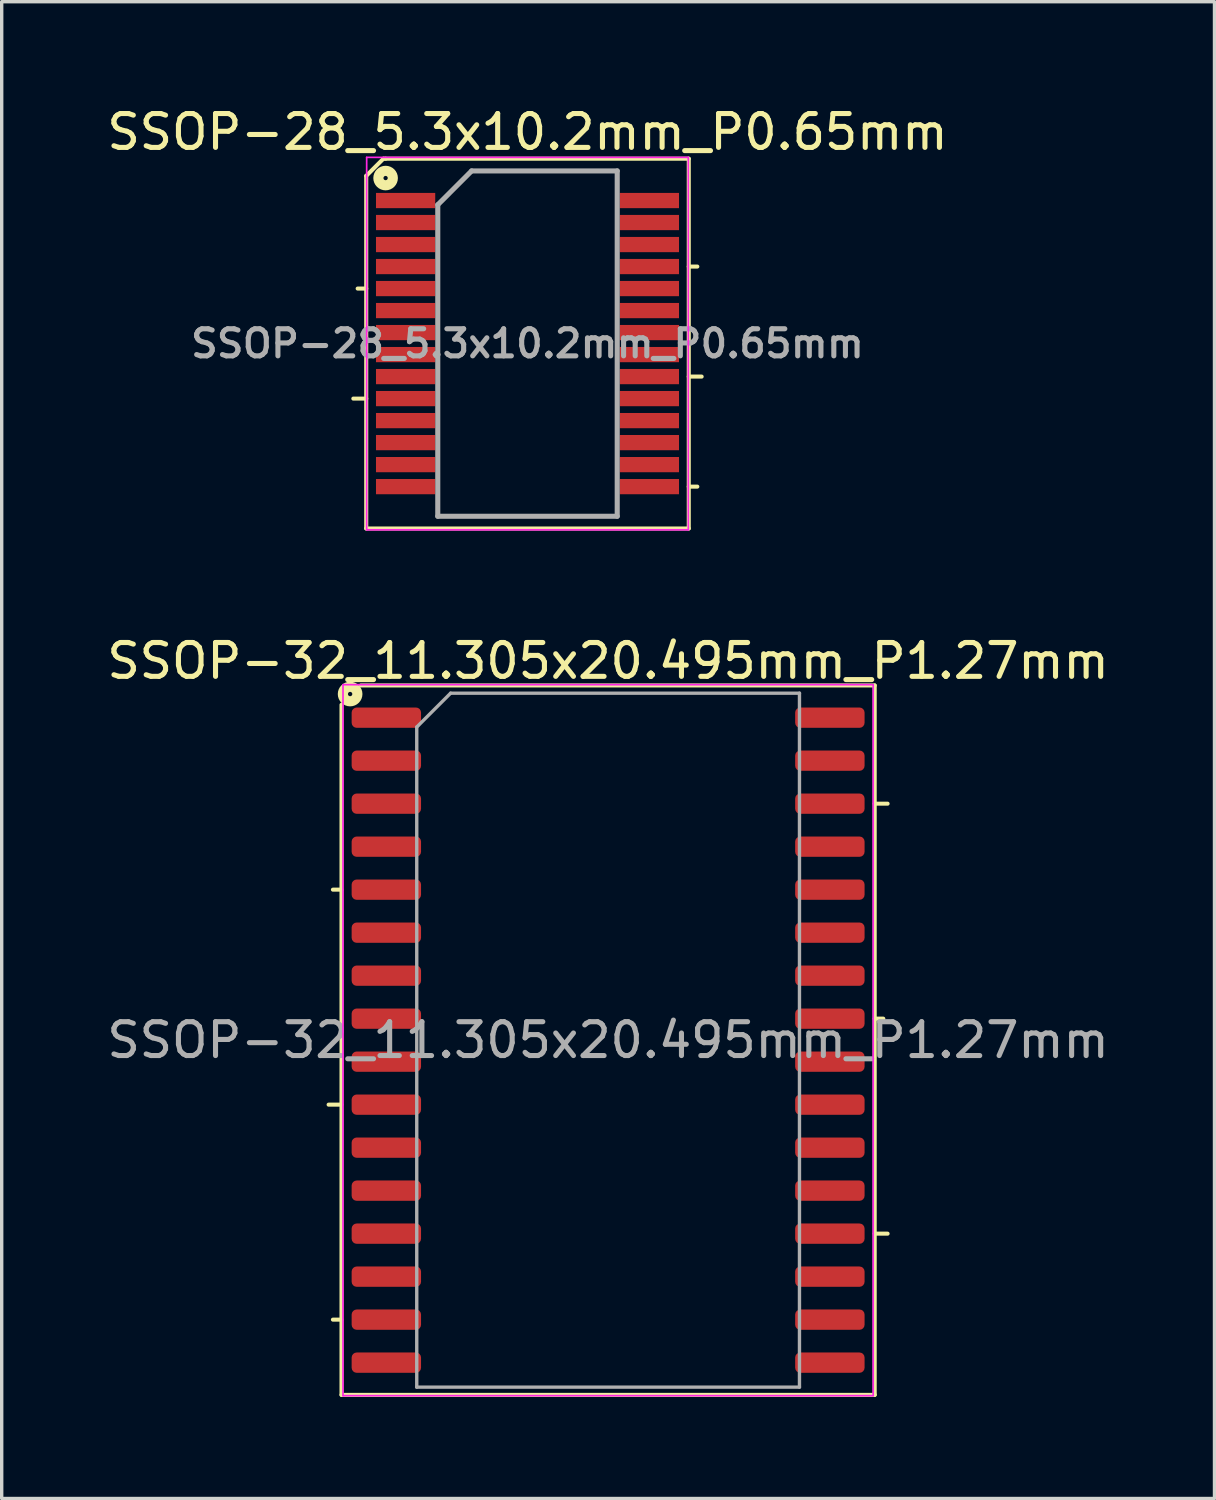
<source format=kicad_pcb>
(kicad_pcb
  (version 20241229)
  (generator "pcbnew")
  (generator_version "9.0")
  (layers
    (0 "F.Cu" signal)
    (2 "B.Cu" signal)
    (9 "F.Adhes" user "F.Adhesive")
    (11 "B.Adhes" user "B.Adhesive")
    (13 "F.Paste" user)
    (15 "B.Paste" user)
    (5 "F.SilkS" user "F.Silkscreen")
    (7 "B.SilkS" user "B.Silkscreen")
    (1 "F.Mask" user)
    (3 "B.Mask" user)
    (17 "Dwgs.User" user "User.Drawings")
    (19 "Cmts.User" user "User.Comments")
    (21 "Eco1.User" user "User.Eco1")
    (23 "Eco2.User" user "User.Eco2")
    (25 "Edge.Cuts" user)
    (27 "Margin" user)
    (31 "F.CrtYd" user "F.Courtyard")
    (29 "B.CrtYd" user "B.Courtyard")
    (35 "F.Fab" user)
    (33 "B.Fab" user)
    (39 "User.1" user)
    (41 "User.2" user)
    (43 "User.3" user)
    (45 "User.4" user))
  (footprint "SSOP-28_5.3x10.2mm_P0.65mm"
    (layer "F.Cu")
    (at 12.53 7.098)
    (property "Reference" "SSOP-28_5.3x10.2mm_P0.65mm" (at 0 -6.25 0) (layer "F.SilkS") (effects (font (size 1 1) (thickness 0.15))))
    (attr smd)
    (fp_line (start -4.763 -4.953) (end -4.763 5.461) (stroke (width 0.12) (type solid)) (layer "F.SilkS"))
    (fp_line (start -4.763 -4.953) (end -4.255 -5.461) (stroke (width 0.12) (type solid)) (layer "F.SilkS"))
    (fp_line (start -4.763 -1.625) (end -5.016 -1.625) (stroke (width 0.12) (type solid)) (layer "F.SilkS"))
    (fp_line (start -4.763 1.625) (end -5.144 1.625) (stroke (width 0.12) (type solid)) (layer "F.SilkS"))
    (fp_line (start -4.763 5.461) (end 4.763 5.461) (stroke (width 0.12) (type solid)) (layer "F.SilkS"))
    (fp_line (start -4.191 -5.461) (end -4.255 -5.461) (stroke (width 0.12) (type solid)) (layer "F.SilkS"))
    (fp_line (start 4.763 -5.461) (end -4.191 -5.461) (stroke (width 0.12) (type solid)) (layer "F.SilkS"))
    (fp_line (start 4.763 -2.275) (end 5.016 -2.275) (stroke (width 0.12) (type solid)) (layer "F.SilkS"))
    (fp_line (start 4.763 0.975) (end 5.144 0.975) (stroke (width 0.12) (type solid)) (layer "F.SilkS"))
    (fp_line (start 4.763 4.225) (end 5.016 4.225) (stroke (width 0.12) (type solid)) (layer "F.SilkS"))
    (fp_line (start 4.763 5.461) (end 4.763 -5.461) (stroke (width 0.12) (type solid)) (layer "F.SilkS"))
    (fp_circle (center -4.191 -4.889) (end -4.128 -4.889) (stroke (width 0.3) (type solid)) (fill no) (layer "F.SilkS"))
    (fp_line (start -4.75 -5.5) (end -4.75 5.5) (stroke (width 0.05) (type solid)) (layer "F.CrtYd"))
    (fp_line (start -4.75 -5.5) (end 4.75 -5.5) (stroke (width 0.05) (type solid)) (layer "F.CrtYd"))
    (fp_line (start -4.75 5.5) (end 4.75 5.5) (stroke (width 0.05) (type solid)) (layer "F.CrtYd"))
    (fp_line (start 4.75 -5.5) (end 4.75 5.5) (stroke (width 0.05) (type solid)) (layer "F.CrtYd"))
    (fp_line (start -2.65 -4.1) (end -1.65 -5.1) (stroke (width 0.15) (type solid)) (layer "F.Fab"))
    (fp_line (start -2.65 5.1) (end -2.65 -4.1) (stroke (width 0.15) (type solid)) (layer "F.Fab"))
    (fp_line (start -1.65 -5.1) (end 2.65 -5.1) (stroke (width 0.15) (type solid)) (layer "F.Fab"))
    (fp_line (start 2.65 -5.1) (end 2.65 5.1) (stroke (width 0.15) (type solid)) (layer "F.Fab"))
    (fp_line (start 2.65 5.1) (end -2.65 5.1) (stroke (width 0.15) (type solid)) (layer "F.Fab"))
    (fp_text user "${REFERENCE}" (at 0 0 0) (layer "F.Fab") (effects (font (size 0.8 0.8) (thickness 0.15))))
    (pad "1" smd rect (at -3.6 -4.225) (size 1.75 0.45) (layers "F.Cu" "F.Mask" "F.Paste"))
    (pad "2" smd rect (at -3.6 -3.575) (size 1.75 0.45) (layers "F.Cu" "F.Mask" "F.Paste"))
    (pad "3" smd rect (at -3.6 -2.925) (size 1.75 0.45) (layers "F.Cu" "F.Mask" "F.Paste"))
    (pad "4" smd rect (at -3.6 -2.275) (size 1.75 0.45) (layers "F.Cu" "F.Mask" "F.Paste"))
    (pad "5" smd rect (at -3.6 -1.625) (size 1.75 0.45) (layers "F.Cu" "F.Mask" "F.Paste"))
    (pad "6" smd rect (at -3.6 -0.975) (size 1.75 0.45) (layers "F.Cu" "F.Mask" "F.Paste"))
    (pad "7" smd rect (at -3.6 -0.325) (size 1.75 0.45) (layers "F.Cu" "F.Mask" "F.Paste"))
    (pad "8" smd rect (at -3.6 0.325) (size 1.75 0.45) (layers "F.Cu" "F.Mask" "F.Paste"))
    (pad "9" smd rect (at -3.6 0.975) (size 1.75 0.45) (layers "F.Cu" "F.Mask" "F.Paste"))
    (pad "10" smd rect (at -3.6 1.625) (size 1.75 0.45) (layers "F.Cu" "F.Mask" "F.Paste"))
    (pad "11" smd rect (at -3.6 2.275) (size 1.75 0.45) (layers "F.Cu" "F.Mask" "F.Paste"))
    (pad "12" smd rect (at -3.6 2.925) (size 1.75 0.45) (layers "F.Cu" "F.Mask" "F.Paste"))
    (pad "13" smd rect (at -3.6 3.575) (size 1.75 0.45) (layers "F.Cu" "F.Mask" "F.Paste"))
    (pad "14" smd rect (at -3.6 4.225) (size 1.75 0.45) (layers "F.Cu" "F.Mask" "F.Paste"))
    (pad "15" smd rect (at 3.6 4.225) (size 1.75 0.45) (layers "F.Cu" "F.Mask" "F.Paste"))
    (pad "16" smd rect (at 3.6 3.575) (size 1.75 0.45) (layers "F.Cu" "F.Mask" "F.Paste"))
    (pad "17" smd rect (at 3.6 2.925) (size 1.75 0.45) (layers "F.Cu" "F.Mask" "F.Paste"))
    (pad "18" smd rect (at 3.6 2.275) (size 1.75 0.45) (layers "F.Cu" "F.Mask" "F.Paste"))
    (pad "19" smd rect (at 3.6 1.625) (size 1.75 0.45) (layers "F.Cu" "F.Mask" "F.Paste"))
    (pad "20" smd rect (at 3.6 0.975) (size 1.75 0.45) (layers "F.Cu" "F.Mask" "F.Paste"))
    (pad "21" smd rect (at 3.6 0.325) (size 1.75 0.45) (layers "F.Cu" "F.Mask" "F.Paste"))
    (pad "22" smd rect (at 3.6 -0.325) (size 1.75 0.45) (layers "F.Cu" "F.Mask" "F.Paste"))
    (pad "23" smd rect (at 3.6 -0.975) (size 1.75 0.45) (layers "F.Cu" "F.Mask" "F.Paste"))
    (pad "24" smd rect (at 3.6 -1.625) (size 1.75 0.45) (layers "F.Cu" "F.Mask" "F.Paste"))
    (pad "25" smd rect (at 3.6 -2.275) (size 1.75 0.45) (layers "F.Cu" "F.Mask" "F.Paste"))
    (pad "26" smd rect (at 3.6 -2.925) (size 1.75 0.45) (layers "F.Cu" "F.Mask" "F.Paste"))
    (pad "27" smd rect (at 3.6 -3.575) (size 1.75 0.45) (layers "F.Cu" "F.Mask" "F.Paste"))
    (pad "28" smd rect (at 3.6 -4.225) (size 1.75 0.45) (layers "F.Cu" "F.Mask" "F.Paste")))
  (footprint "SSOP-32_11.305x20.495mm_P1.27mm"
    (layer "F.Cu")
    (at 14.911 27.672)
    (property "Reference" "SSOP-32_11.305x20.495mm_P1.27mm" (at 0 -11.2 0) (layer "F.SilkS") (effects (font (size 1 1) (thickness 0.15))))
    (attr smd)
    (fp_line (start -7.874 -9.906) (end -7.874 10.477) (stroke (width 0.12) (type solid)) (layer "F.SilkS"))
    (fp_line (start -7.874 -4.445) (end -8.128 -4.445) (stroke (width 0.12) (type solid)) (layer "F.SilkS"))
    (fp_line (start -7.874 1.905) (end -8.255 1.905) (stroke (width 0.12) (type solid)) (layer "F.SilkS"))
    (fp_line (start -7.874 8.255) (end -8.128 8.255) (stroke (width 0.12) (type solid)) (layer "F.SilkS"))
    (fp_line (start -7.874 10.477) (end 7.874 10.477) (stroke (width 0.12) (type solid)) (layer "F.SilkS"))
    (fp_line (start 7.874 -10.477) (end -7.303 -10.477) (stroke (width 0.12) (type solid)) (layer "F.SilkS"))
    (fp_line (start 7.874 -6.985) (end 8.255 -6.985) (stroke (width 0.12) (type solid)) (layer "F.SilkS"))
    (fp_line (start 7.874 -0.635) (end 8.128 -0.635) (stroke (width 0.12) (type solid)) (layer "F.SilkS"))
    (fp_line (start 7.874 5.715) (end 8.255 5.715) (stroke (width 0.12) (type solid)) (layer "F.SilkS"))
    (fp_line (start 7.874 10.477) (end 7.874 -10.477) (stroke (width 0.12) (type solid)) (layer "F.SilkS"))
    (fp_circle (center -7.62 -10.223) (end -7.556 -10.223) (stroke (width 0.3) (type solid)) (fill no) (layer "F.SilkS"))
    (fp_line (start -7.83 -10.5) (end -7.83 10.5) (stroke (width 0.05) (type solid)) (layer "F.CrtYd"))
    (fp_line (start -7.83 10.5) (end 7.83 10.5) (stroke (width 0.05) (type solid)) (layer "F.CrtYd"))
    (fp_line (start 7.83 -10.5) (end -7.83 -10.5) (stroke (width 0.05) (type solid)) (layer "F.CrtYd"))
    (fp_line (start 7.83 10.5) (end 7.83 -10.5) (stroke (width 0.05) (type solid)) (layer "F.CrtYd"))
    (fp_line (start -5.652 -9.248) (end -4.652 -10.248) (stroke (width 0.1) (type solid)) (layer "F.Fab"))
    (fp_line (start -5.652 10.248) (end -5.652 -9.248) (stroke (width 0.1) (type solid)) (layer "F.Fab"))
    (fp_line (start -4.652 -10.248) (end 5.652 -10.248) (stroke (width 0.1) (type solid)) (layer "F.Fab"))
    (fp_line (start 5.652 -10.248) (end 5.652 10.248) (stroke (width 0.1) (type solid)) (layer "F.Fab"))
    (fp_line (start 5.652 10.248) (end -5.652 10.248) (stroke (width 0.1) (type solid)) (layer "F.Fab"))
    (fp_text user "${REFERENCE}" (at 0 0 0) (layer "F.Fab") (effects (font (size 1 1) (thickness 0.15))))
    (pad "1" smd roundrect (at -6.55 -9.525) (size 2.05 0.6) (layers "F.Cu" "F.Mask" "F.Paste") (roundrect_rratio 0.25))
    (pad "2" smd roundrect (at -6.55 -8.255) (size 2.05 0.6) (layers "F.Cu" "F.Mask" "F.Paste") (roundrect_rratio 0.25))
    (pad "3" smd roundrect (at -6.55 -6.985) (size 2.05 0.6) (layers "F.Cu" "F.Mask" "F.Paste") (roundrect_rratio 0.25))
    (pad "4" smd roundrect (at -6.55 -5.715) (size 2.05 0.6) (layers "F.Cu" "F.Mask" "F.Paste") (roundrect_rratio 0.25))
    (pad "5" smd roundrect (at -6.55 -4.445) (size 2.05 0.6) (layers "F.Cu" "F.Mask" "F.Paste") (roundrect_rratio 0.25))
    (pad "6" smd roundrect (at -6.55 -3.175) (size 2.05 0.6) (layers "F.Cu" "F.Mask" "F.Paste") (roundrect_rratio 0.25))
    (pad "7" smd roundrect (at -6.55 -1.905) (size 2.05 0.6) (layers "F.Cu" "F.Mask" "F.Paste") (roundrect_rratio 0.25))
    (pad "8" smd roundrect (at -6.55 -0.635) (size 2.05 0.6) (layers "F.Cu" "F.Mask" "F.Paste") (roundrect_rratio 0.25))
    (pad "9" smd roundrect (at -6.55 0.635) (size 2.05 0.6) (layers "F.Cu" "F.Mask" "F.Paste") (roundrect_rratio 0.25))
    (pad "10" smd roundrect (at -6.55 1.905) (size 2.05 0.6) (layers "F.Cu" "F.Mask" "F.Paste") (roundrect_rratio 0.25))
    (pad "11" smd roundrect (at -6.55 3.175) (size 2.05 0.6) (layers "F.Cu" "F.Mask" "F.Paste") (roundrect_rratio 0.25))
    (pad "12" smd roundrect (at -6.55 4.445) (size 2.05 0.6) (layers "F.Cu" "F.Mask" "F.Paste") (roundrect_rratio 0.25))
    (pad "13" smd roundrect (at -6.55 5.715) (size 2.05 0.6) (layers "F.Cu" "F.Mask" "F.Paste") (roundrect_rratio 0.25))
    (pad "14" smd roundrect (at -6.55 6.985) (size 2.05 0.6) (layers "F.Cu" "F.Mask" "F.Paste") (roundrect_rratio 0.25))
    (pad "15" smd roundrect (at -6.55 8.255) (size 2.05 0.6) (layers "F.Cu" "F.Mask" "F.Paste") (roundrect_rratio 0.25))
    (pad "16" smd roundrect (at -6.55 9.525) (size 2.05 0.6) (layers "F.Cu" "F.Mask" "F.Paste") (roundrect_rratio 0.25))
    (pad "17" smd roundrect (at 6.55 9.525) (size 2.05 0.6) (layers "F.Cu" "F.Mask" "F.Paste") (roundrect_rratio 0.25))
    (pad "18" smd roundrect (at 6.55 8.255) (size 2.05 0.6) (layers "F.Cu" "F.Mask" "F.Paste") (roundrect_rratio 0.25))
    (pad "19" smd roundrect (at 6.55 6.985) (size 2.05 0.6) (layers "F.Cu" "F.Mask" "F.Paste") (roundrect_rratio 0.25))
    (pad "20" smd roundrect (at 6.55 5.715) (size 2.05 0.6) (layers "F.Cu" "F.Mask" "F.Paste") (roundrect_rratio 0.25))
    (pad "21" smd roundrect (at 6.55 4.445) (size 2.05 0.6) (layers "F.Cu" "F.Mask" "F.Paste") (roundrect_rratio 0.25))
    (pad "22" smd roundrect (at 6.55 3.175) (size 2.05 0.6) (layers "F.Cu" "F.Mask" "F.Paste") (roundrect_rratio 0.25))
    (pad "23" smd roundrect (at 6.55 1.905) (size 2.05 0.6) (layers "F.Cu" "F.Mask" "F.Paste") (roundrect_rratio 0.25))
    (pad "24" smd roundrect (at 6.55 0.635) (size 2.05 0.6) (layers "F.Cu" "F.Mask" "F.Paste") (roundrect_rratio 0.25))
    (pad "25" smd roundrect (at 6.55 -0.635) (size 2.05 0.6) (layers "F.Cu" "F.Mask" "F.Paste") (roundrect_rratio 0.25))
    (pad "26" smd roundrect (at 6.55 -1.905) (size 2.05 0.6) (layers "F.Cu" "F.Mask" "F.Paste") (roundrect_rratio 0.25))
    (pad "27" smd roundrect (at 6.55 -3.175) (size 2.05 0.6) (layers "F.Cu" "F.Mask" "F.Paste") (roundrect_rratio 0.25))
    (pad "28" smd roundrect (at 6.55 -4.445) (size 2.05 0.6) (layers "F.Cu" "F.Mask" "F.Paste") (roundrect_rratio 0.25))
    (pad "29" smd roundrect (at 6.55 -5.715) (size 2.05 0.6) (layers "F.Cu" "F.Mask" "F.Paste") (roundrect_rratio 0.25))
    (pad "30" smd roundrect (at 6.55 -6.985) (size 2.05 0.6) (layers "F.Cu" "F.Mask" "F.Paste") (roundrect_rratio 0.25))
    (pad "31" smd roundrect (at 6.55 -8.255) (size 2.05 0.6) (layers "F.Cu" "F.Mask" "F.Paste") (roundrect_rratio 0.25))
    (pad "32" smd roundrect (at 6.55 -9.525) (size 2.05 0.6) (layers "F.Cu" "F.Mask" "F.Paste") (roundrect_rratio 0.25)))
  (gr_rect
    (start -3 -3)
    (end 32.821 41.209)
    (stroke (width 0.1) (type default))
    (fill no)
    (layer "Edge.Cuts")))
</source>
